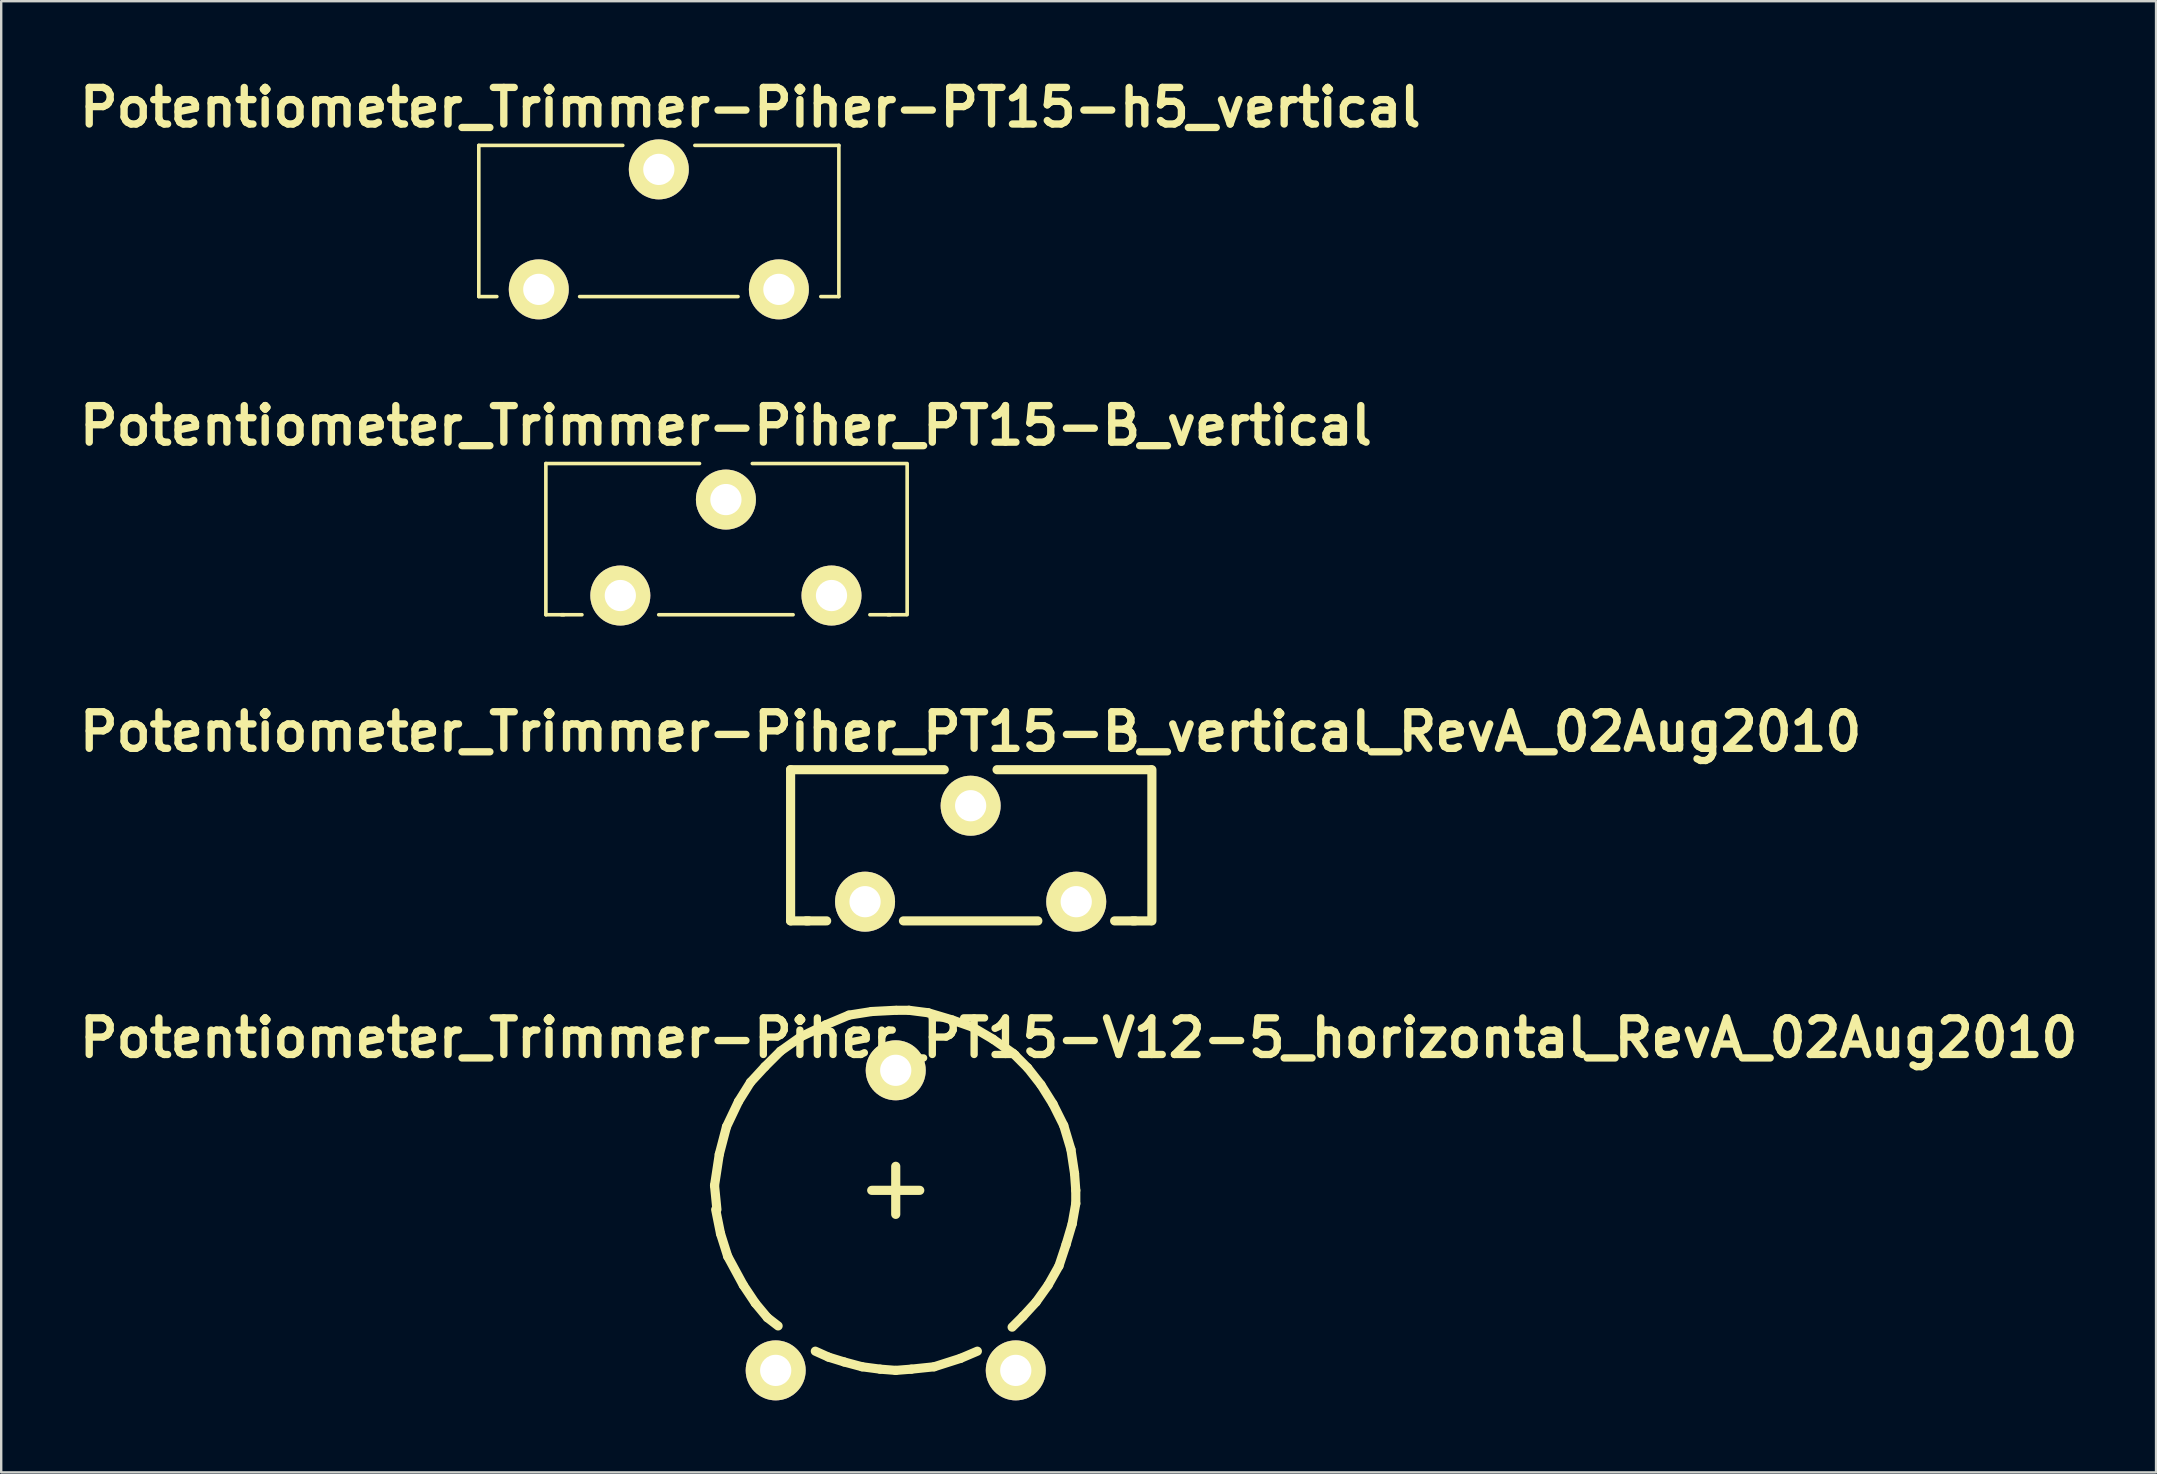
<source format=kicad_pcb>
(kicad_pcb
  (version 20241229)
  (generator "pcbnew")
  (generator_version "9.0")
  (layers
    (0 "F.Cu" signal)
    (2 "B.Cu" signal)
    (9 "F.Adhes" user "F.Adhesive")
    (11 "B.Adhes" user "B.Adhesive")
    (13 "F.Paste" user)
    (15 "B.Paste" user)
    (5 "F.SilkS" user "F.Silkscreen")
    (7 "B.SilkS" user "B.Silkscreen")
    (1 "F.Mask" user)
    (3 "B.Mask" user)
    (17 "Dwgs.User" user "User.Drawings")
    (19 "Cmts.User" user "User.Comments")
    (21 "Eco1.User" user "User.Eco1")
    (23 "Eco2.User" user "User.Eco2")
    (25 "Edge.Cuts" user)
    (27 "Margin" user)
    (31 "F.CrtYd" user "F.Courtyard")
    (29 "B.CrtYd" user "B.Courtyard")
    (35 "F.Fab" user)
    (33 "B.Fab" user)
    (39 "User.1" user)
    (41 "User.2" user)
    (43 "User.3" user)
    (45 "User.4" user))
  (footprint "Potentiometer_Trimmer-Piher_PT15-V12-5_horizontal_RevA_02Aug2010"
    (layer "F.Cu")
    (at 34.268 46.542)
    (property "Reference" "Potentiometer_Trimmer-Piher_PT15-V12-5_horizontal_RevA_02Aug2010" (at 7.62 -6.35 0) (layer "F.SilkS") (effects (font (size 1.524 1.524) (thickness 0.305))))
    (attr through_hole)
    (fp_line (start -7.549 -0.201) (end -7.45 0.8) (stroke (width 0.381) (type solid)) (layer "F.SilkS"))
    (fp_line (start -7.501 0.8) (end -7.3 1.801) (stroke (width 0.381) (type solid)) (layer "F.SilkS"))
    (fp_line (start -7.351 -1.501) (end -7.549 -0.201) (stroke (width 0.381) (type solid)) (layer "F.SilkS"))
    (fp_line (start -7.3 1.801) (end -7 2.751) (stroke (width 0.381) (type solid)) (layer "F.SilkS"))
    (fp_line (start -7.051 -2.649) (end -7.351 -1.501) (stroke (width 0.381) (type solid)) (layer "F.SilkS"))
    (fp_line (start -7 2.751) (end -6.35 3.95) (stroke (width 0.381) (type solid)) (layer "F.SilkS"))
    (fp_line (start -6.551 -3.701) (end -7.051 -2.649) (stroke (width 0.381) (type solid)) (layer "F.SilkS"))
    (fp_line (start -6.35 3.95) (end -5.85 4.699) (stroke (width 0.381) (type solid)) (layer "F.SilkS"))
    (fp_line (start -6.05 -4.501) (end -6.551 -3.701) (stroke (width 0.381) (type solid)) (layer "F.SilkS"))
    (fp_line (start -5.85 4.699) (end -5.349 5.301) (stroke (width 0.381) (type solid)) (layer "F.SilkS"))
    (fp_line (start -5.451 -5.151) (end -6.05 -4.501) (stroke (width 0.381) (type solid)) (layer "F.SilkS"))
    (fp_line (start -5.349 5.301) (end -4.9 5.649) (stroke (width 0.381) (type solid)) (layer "F.SilkS"))
    (fp_line (start -4.801 -5.799) (end -5.451 -5.151) (stroke (width 0.381) (type solid)) (layer "F.SilkS"))
    (fp_line (start -3.95 -6.401) (end -4.801 -5.799) (stroke (width 0.381) (type solid)) (layer "F.SilkS"))
    (fp_line (start -3.35 6.701) (end -2.799 6.949) (stroke (width 0.381) (type solid)) (layer "F.SilkS"))
    (fp_line (start -2.901 -6.901) (end -3.95 -6.401) (stroke (width 0.381) (type solid)) (layer "F.SilkS"))
    (fp_line (start -2.799 6.949) (end -2.149 7.15) (stroke (width 0.381) (type solid)) (layer "F.SilkS"))
    (fp_line (start -2.149 7.15) (end -1.4 7.351) (stroke (width 0.381) (type solid)) (layer "F.SilkS"))
    (fp_line (start -1.951 -7.3) (end -2.901 -6.901) (stroke (width 0.381) (type solid)) (layer "F.SilkS"))
    (fp_line (start -1.4 7.351) (end -0.65 7.45) (stroke (width 0.381) (type solid)) (layer "F.SilkS"))
    (fp_line (start -1.001 -7.45) (end -1.951 -7.3) (stroke (width 0.381) (type solid)) (layer "F.SilkS"))
    (fp_line (start -1.001 0) (end 1.001 0) (stroke (width 0.381) (type solid)) (layer "F.SilkS"))
    (fp_line (start -0.65 7.45) (end 0 7.501) (stroke (width 0.381) (type solid)) (layer "F.SilkS"))
    (fp_line (start 0 -7.501) (end -1.001 -7.45) (stroke (width 0.381) (type solid)) (layer "F.SilkS"))
    (fp_line (start 0 -1.001) (end 0 1.001) (stroke (width 0.381) (type solid)) (layer "F.SilkS"))
    (fp_line (start 0 7.501) (end 0.65 7.45) (stroke (width 0.381) (type solid)) (layer "F.SilkS"))
    (fp_line (start 0.551 -7.501) (end 0.051 -7.501) (stroke (width 0.381) (type solid)) (layer "F.SilkS"))
    (fp_line (start 0.65 7.45) (end 1.6 7.351) (stroke (width 0.381) (type solid)) (layer "F.SilkS"))
    (fp_line (start 1.349 -7.399) (end 0.551 -7.501) (stroke (width 0.381) (type solid)) (layer "F.SilkS"))
    (fp_line (start 1.6 7.351) (end 2.7 7) (stroke (width 0.381) (type solid)) (layer "F.SilkS"))
    (fp_line (start 2.349 -7.099) (end 1.349 -7.399) (stroke (width 0.381) (type solid)) (layer "F.SilkS"))
    (fp_line (start 2.7 7) (end 3.401 6.701) (stroke (width 0.381) (type solid)) (layer "F.SilkS"))
    (fp_line (start 3.2 -6.8) (end 2.349 -7.099) (stroke (width 0.381) (type solid)) (layer "F.SilkS"))
    (fp_line (start 4.049 -6.299) (end 3.2 -6.8) (stroke (width 0.381) (type solid)) (layer "F.SilkS"))
    (fp_line (start 4.849 5.7) (end 5.301 5.25) (stroke (width 0.381) (type solid)) (layer "F.SilkS"))
    (fp_line (start 4.9 -5.7) (end 4.049 -6.299) (stroke (width 0.381) (type solid)) (layer "F.SilkS"))
    (fp_line (start 5.301 5.25) (end 5.85 4.651) (stroke (width 0.381) (type solid)) (layer "F.SilkS"))
    (fp_line (start 5.499 -5.1) (end 4.9 -5.7) (stroke (width 0.381) (type solid)) (layer "F.SilkS"))
    (fp_line (start 5.85 4.651) (end 6.35 3.95) (stroke (width 0.381) (type solid)) (layer "F.SilkS"))
    (fp_line (start 6.05 -4.399) (end 5.499 -5.1) (stroke (width 0.381) (type solid)) (layer "F.SilkS"))
    (fp_line (start 6.35 3.95) (end 6.8 3.15) (stroke (width 0.381) (type solid)) (layer "F.SilkS"))
    (fp_line (start 6.551 -3.599) (end 6.05 -4.399) (stroke (width 0.381) (type solid)) (layer "F.SilkS"))
    (fp_line (start 6.8 3.15) (end 7.099 2.25) (stroke (width 0.381) (type solid)) (layer "F.SilkS"))
    (fp_line (start 7 -2.7) (end 6.551 -3.599) (stroke (width 0.381) (type solid)) (layer "F.SilkS"))
    (fp_line (start 7.099 2.25) (end 7.351 1.4) (stroke (width 0.381) (type solid)) (layer "F.SilkS"))
    (fp_line (start 7.3 -1.699) (end 7 -2.7) (stroke (width 0.381) (type solid)) (layer "F.SilkS"))
    (fp_line (start 7.351 1.4) (end 7.501 0.551) (stroke (width 0.381) (type solid)) (layer "F.SilkS"))
    (fp_line (start 7.45 -0.701) (end 7.3 -1.699) (stroke (width 0.381) (type solid)) (layer "F.SilkS"))
    (fp_line (start 7.501 0) (end 7.45 -0.701) (stroke (width 0.381) (type solid)) (layer "F.SilkS"))
    (fp_line (start 7.501 0.551) (end 7.501 0) (stroke (width 0.381) (type solid)) (layer "F.SilkS"))
    (pad "1" thru_hole circle (at -5.001 7.501) (size 2.499 2.499) (drill 1.3) (layers "*.Cu" "*.Mask" "F.SilkS"))
    (pad "2" thru_hole circle (at 0 -5.001) (size 2.499 2.499) (drill 1.3) (layers "*.Cu" "*.Mask" "F.SilkS"))
    (pad "3" thru_hole circle (at 5.001 7.501) (size 2.499 2.499) (drill 1.3) (layers "*.Cu" "*.Mask" "F.SilkS")))
  (footprint "Potentiometer_Trimmer-Piher_PT15-B_vertical_RevA_02Aug2010"
    (layer "F.Cu")
    (at 37.389 32.517)
    (property "Reference" "Potentiometer_Trimmer-Piher_PT15-B_vertical_RevA_02Aug2010" (at 0 -5.08 0) (layer "F.SilkS") (effects (font (size 1.524 1.524) (thickness 0.305))))
    (attr through_hole)
    (fp_line (start -7.501 -3.5) (end -7.501 2.799) (stroke (width 0.381) (type solid)) (layer "F.SilkS"))
    (fp_line (start -7.501 2.799) (end -6.749 2.799) (stroke (width 0.381) (type solid)) (layer "F.SilkS"))
    (fp_line (start -6.85 2.799) (end -5.999 2.799) (stroke (width 0.381) (type solid)) (layer "F.SilkS"))
    (fp_line (start -1.1 -3.5) (end -7.501 -3.5) (stroke (width 0.381) (type solid)) (layer "F.SilkS"))
    (fp_line (start 2.799 2.799) (end -2.799 2.799) (stroke (width 0.381) (type solid)) (layer "F.SilkS"))
    (fp_line (start 6.749 2.799) (end 7.501 2.799) (stroke (width 0.381) (type solid)) (layer "F.SilkS"))
    (fp_line (start 6.85 2.799) (end 5.999 2.799) (stroke (width 0.381) (type solid)) (layer "F.SilkS"))
    (fp_line (start 7.501 -3.5) (end 1.1 -3.5) (stroke (width 0.381) (type solid)) (layer "F.SilkS"))
    (fp_line (start 7.551 2.799) (end 7.551 -3.5) (stroke (width 0.381) (type solid)) (layer "F.SilkS"))
    (pad "1" thru_hole circle (at -4.399 1.999) (size 2.499 2.499) (drill 1.3) (layers "*.Cu" "*.Mask" "F.SilkS"))
    (pad "2" thru_hole circle (at 0 -1.999) (size 2.499 2.499) (drill 1.3) (layers "*.Cu" "*.Mask" "F.SilkS"))
    (pad "3" thru_hole circle (at 4.399 1.999) (size 2.499 2.499) (drill 1.3) (layers "*.Cu" "*.Mask" "F.SilkS")))
  (footprint "Potentiometer_Trimmer-Piher-PT15-h5_vertical"
    (layer "F.Cu")
    (at 19.397 9.006)
    (property "Reference" "Potentiometer_Trimmer-Piher-PT15-h5_vertical" (at 8.811 -7.579 0) (layer "F.SilkS") (effects (font (size 1.524 1.524) (thickness 0.305))))
    (attr through_hole)
    (fp_line (start -2.499 -5.999) (end -2.499 0.3) (stroke (width 0.15) (type solid)) (layer "F.SilkS"))
    (fp_line (start -2.499 0.3) (end -1.748 0.3) (stroke (width 0.15) (type solid)) (layer "F.SilkS"))
    (fp_line (start 1.702 0.3) (end 8.301 0.3) (stroke (width 0.15) (type solid)) (layer "F.SilkS"))
    (fp_line (start 3.5 -5.999) (end -2.499 -5.999) (stroke (width 0.15) (type solid)) (layer "F.SilkS"))
    (fp_line (start 11.75 0.3) (end 12.502 0.3) (stroke (width 0.15) (type solid)) (layer "F.SilkS"))
    (fp_line (start 12.502 -5.999) (end 6.502 -5.999) (stroke (width 0.15) (type solid)) (layer "F.SilkS"))
    (fp_line (start 12.502 0.3) (end 12.502 -5.999) (stroke (width 0.15) (type solid)) (layer "F.SilkS"))
    (pad "1" thru_hole circle (at 0 0) (size 2.499 2.499) (drill 1.3) (layers "*.Cu" "*.Mask" "F.SilkS"))
    (pad "2" thru_hole circle (at 5.001 -4.999) (size 2.499 2.499) (drill 1.3) (layers "*.Cu" "*.Mask" "F.SilkS"))
    (pad "3" thru_hole circle (at 10.003 0) (size 2.499 2.499) (drill 1.3) (layers "*.Cu" "*.Mask" "F.SilkS")))
  (footprint "Potentiometer_Trimmer-Piher_PT15-B_vertical"
    (layer "F.Cu")
    (at 27.193 19.762)
    (property "Reference" "Potentiometer_Trimmer-Piher_PT15-B_vertical" (at 0 -5.08 0) (layer "F.SilkS") (effects (font (size 1.524 1.524) (thickness 0.305))))
    (attr through_hole)
    (fp_line (start -7.501 -3.5) (end -7.501 2.799) (stroke (width 0.151) (type solid)) (layer "F.SilkS"))
    (fp_line (start -7.501 2.799) (end -6.749 2.799) (stroke (width 0.151) (type solid)) (layer "F.SilkS"))
    (fp_line (start -6.85 2.799) (end -5.999 2.799) (stroke (width 0.151) (type solid)) (layer "F.SilkS"))
    (fp_line (start -1.1 -3.5) (end -7.501 -3.5) (stroke (width 0.151) (type solid)) (layer "F.SilkS"))
    (fp_line (start 2.799 2.799) (end -2.799 2.799) (stroke (width 0.151) (type solid)) (layer "F.SilkS"))
    (fp_line (start 6.749 2.799) (end 7.501 2.799) (stroke (width 0.151) (type solid)) (layer "F.SilkS"))
    (fp_line (start 6.85 2.799) (end 5.999 2.799) (stroke (width 0.151) (type solid)) (layer "F.SilkS"))
    (fp_line (start 7.501 -3.5) (end 1.1 -3.5) (stroke (width 0.151) (type solid)) (layer "F.SilkS"))
    (fp_line (start 7.551 2.799) (end 7.551 -3.5) (stroke (width 0.151) (type solid)) (layer "F.SilkS"))
    (pad "1" thru_hole circle (at -4.399 1.999) (size 2.499 2.499) (drill 1.3) (layers "*.Cu" "*.Mask" "F.SilkS"))
    (pad "2" thru_hole circle (at 0 -1.999) (size 2.499 2.499) (drill 1.3) (layers "*.Cu" "*.Mask" "F.SilkS"))
    (pad "3" thru_hole circle (at 4.399 1.999) (size 2.499 2.499) (drill 1.3) (layers "*.Cu" "*.Mask" "F.SilkS")))
  (gr_rect
    (start -3 -3)
    (end 86.776 58.293)
    (stroke (width 0.1) (type default))
    (fill no)
    (layer "Edge.Cuts")))
</source>
